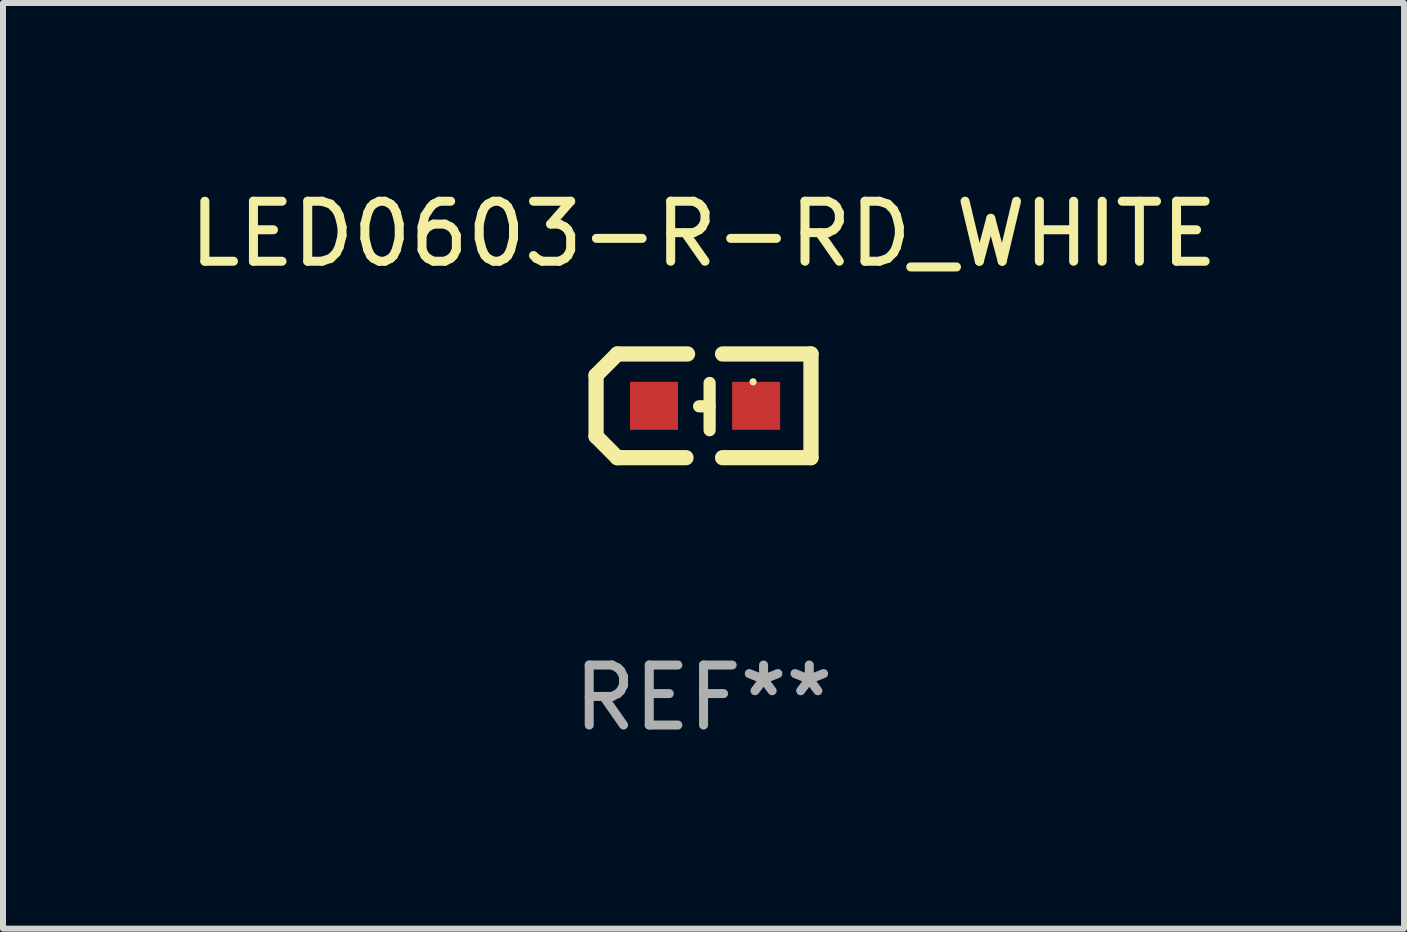
<source format=kicad_pcb>
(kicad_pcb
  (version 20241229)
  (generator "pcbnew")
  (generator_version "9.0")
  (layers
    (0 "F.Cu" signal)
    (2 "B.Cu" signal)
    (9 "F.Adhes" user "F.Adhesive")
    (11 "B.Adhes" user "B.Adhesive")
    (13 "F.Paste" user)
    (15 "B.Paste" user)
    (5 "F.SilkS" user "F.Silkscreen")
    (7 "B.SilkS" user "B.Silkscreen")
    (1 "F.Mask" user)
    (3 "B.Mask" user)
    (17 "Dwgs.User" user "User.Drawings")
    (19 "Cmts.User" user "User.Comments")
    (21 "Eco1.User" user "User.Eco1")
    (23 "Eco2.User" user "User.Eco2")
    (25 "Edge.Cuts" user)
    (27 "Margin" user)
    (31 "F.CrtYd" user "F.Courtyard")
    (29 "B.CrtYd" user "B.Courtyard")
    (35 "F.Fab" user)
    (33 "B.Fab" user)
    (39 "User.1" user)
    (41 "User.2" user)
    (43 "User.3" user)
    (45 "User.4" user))
  (footprint "LED0603-R-RD_WHITE"
    (layer "F.Cu")
    (at 8.698 3.712)
    (property "Reference" "LED0603-R-RD_WHITE" (at -0.025 -2.864 0) (layer "F.SilkS") (effects (font (size 1 1) (thickness 0.15))))
    (attr through_hole)
    (fp_line (start -1.816 -0.508) (end -1.461 -0.864) (stroke (width 0.254) (type solid)) (layer "F.SilkS"))
    (fp_line (start -1.816 0.508) (end -1.816 -0.508) (stroke (width 0.254) (type solid)) (layer "F.SilkS"))
    (fp_line (start -1.461 0.864) (end -1.816 0.508) (stroke (width 0.254) (type solid)) (layer "F.SilkS"))
    (fp_line (start -0.318 0.864) (end -1.461 0.864) (stroke (width 0.254) (type solid)) (layer "F.SilkS"))
    (fp_line (start -0.292 -0.864) (end -1.461 -0.864) (stroke (width 0.254) (type solid)) (layer "F.SilkS"))
    (fp_line (start 0.076 0.008) (end -0.099 0.008) (stroke (width 0.203) (type solid)) (layer "F.SilkS"))
    (fp_line (start 0.076 0.406) (end 0.076 -0.381) (stroke (width 0.203) (type solid)) (layer "F.SilkS"))
    (fp_line (start 1.765 -0.864) (end 0.292 -0.864) (stroke (width 0.254) (type solid)) (layer "F.SilkS"))
    (fp_line (start 1.765 0.864) (end 0.292 0.864) (stroke (width 0.254) (type solid)) (layer "F.SilkS"))
    (fp_line (start 1.765 0.864) (end 1.765 -0.864) (stroke (width 0.254) (type solid)) (layer "F.SilkS"))
    (fp_circle (center 0.8 -0.4) (end 0.83 -0.4) (stroke (width 0.06) (type solid)) (fill no) (layer "F.SilkS"))
    (fp_text user "REF**" (at -0.025 4.864 0) (layer "F.Fab") (effects (font (size 1 1) (thickness 0.15))))
    (pad "1" smd rect (at 0.851 0 90) (size 0.8 0.8) (layers "F.Cu" "F.Mask" "F.Paste"))
    (pad "2" smd rect (at -0.851 0 90) (size 0.8 0.8) (layers "F.Cu" "F.Mask" "F.Paste")))
  (gr_rect
    (start -3 -3)
    (end 20.345 12.424)
    (stroke (width 0.1) (type default))
    (fill no)
    (layer "Edge.Cuts")))
</source>
